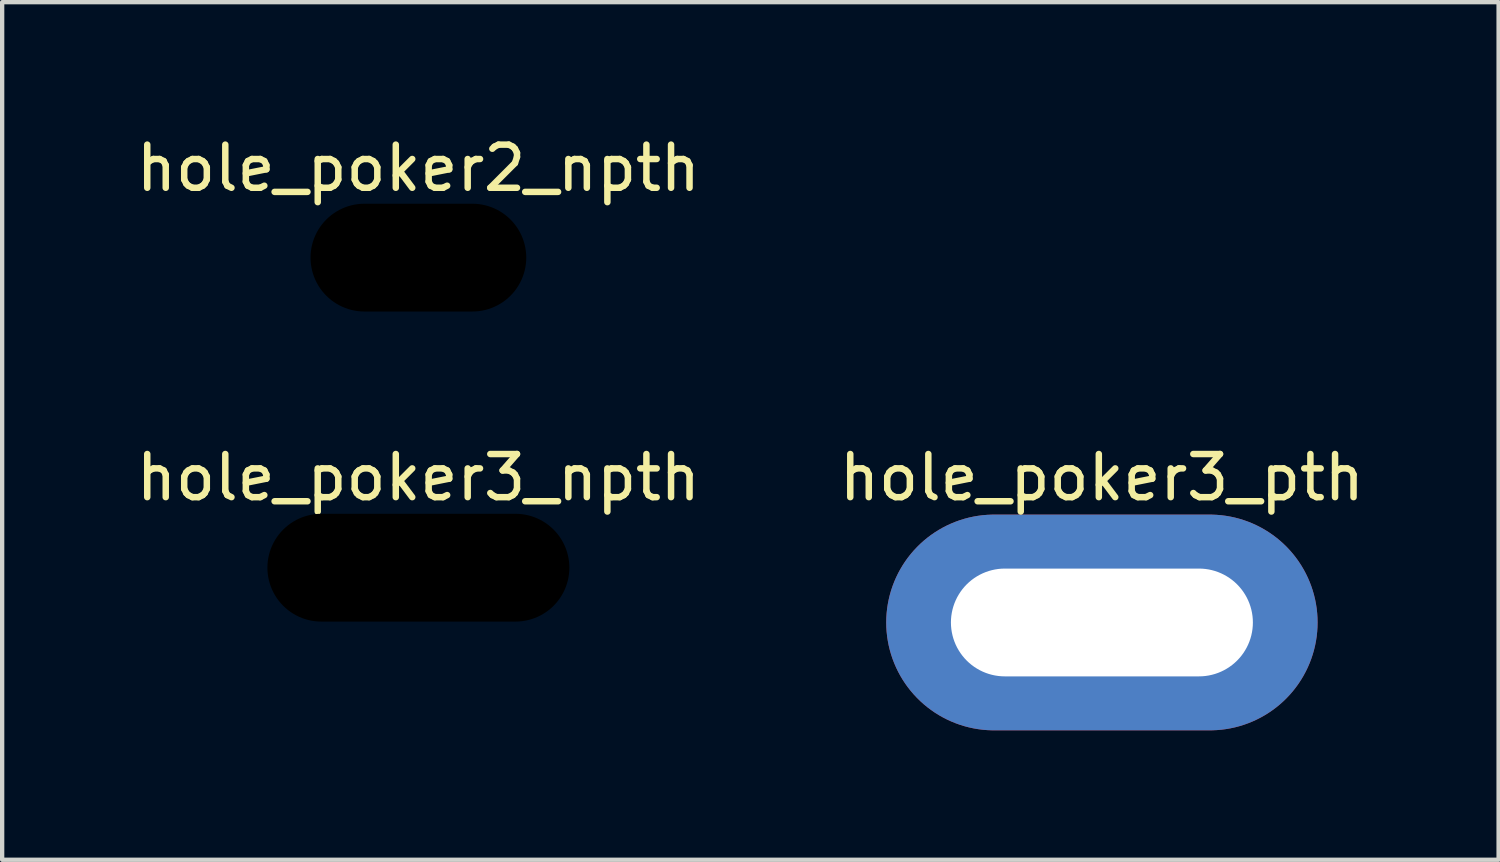
<source format=kicad_pcb>
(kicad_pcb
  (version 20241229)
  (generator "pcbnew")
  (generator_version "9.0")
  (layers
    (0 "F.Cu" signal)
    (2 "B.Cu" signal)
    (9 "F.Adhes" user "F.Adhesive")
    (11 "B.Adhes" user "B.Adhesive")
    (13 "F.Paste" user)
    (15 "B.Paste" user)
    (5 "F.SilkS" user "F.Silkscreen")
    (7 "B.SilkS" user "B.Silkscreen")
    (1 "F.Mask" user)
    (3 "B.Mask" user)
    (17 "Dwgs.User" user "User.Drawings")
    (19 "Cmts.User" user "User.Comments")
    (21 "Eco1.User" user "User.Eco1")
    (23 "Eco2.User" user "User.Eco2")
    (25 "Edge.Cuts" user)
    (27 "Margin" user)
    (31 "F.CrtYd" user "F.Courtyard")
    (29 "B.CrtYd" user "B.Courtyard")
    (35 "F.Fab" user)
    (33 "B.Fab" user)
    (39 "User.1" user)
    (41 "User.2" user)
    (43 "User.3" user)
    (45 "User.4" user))
  (footprint "hole_poker2_npth"
    (layer "F.Cu")
    (at 6.649 2.922)
    (property "Reference" "hole_poker2_npth" (at 0 -2.074 0) (unlocked yes) (layer "F.SilkS") (effects (font (size 1 1) (thickness 0.15))))
    (attr board_only exclude_from_pos_files exclude_from_bom)
    (pad "" np_thru_hole oval (at 0 0) (size 5.001 2.499) (drill oval 5.001 2.499) (layers "*.Mask")))
  (footprint "hole_poker3_npth"
    (layer "F.Cu")
    (at 6.649 10.11)
    (property "Reference" "hole_poker3_npth" (at 0 -2.09 0) (unlocked yes) (layer "F.SilkS") (effects (font (size 1 1) (thickness 0.15))))
    (attr board_only exclude_from_pos_files exclude_from_bom)
    (pad "" np_thru_hole oval (at 0 0) (size 7 2.499) (drill oval 7 2.499) (layers "*.Mask")))
  (footprint "hole_poker3_pth"
    (layer "F.Cu")
    (at 22.494 11.38)
    (property "Reference" "hole_poker3_pth" (at 0 -3.36 0) (unlocked yes) (layer "F.SilkS") (effects (font (size 1 1) (thickness 0.15))))
    (attr exclude_from_pos_files exclude_from_bom)
    (pad "1" thru_hole oval (at 0 0) (size 10 5.001) (drill oval 7 2.499) (layers "*.Cu" "*.Mask")))
  (gr_rect
    (start -3 -3)
    (end 31.69 16.881)
    (stroke (width 0.1) (type default))
    (fill no)
    (layer "Edge.Cuts")))
</source>
